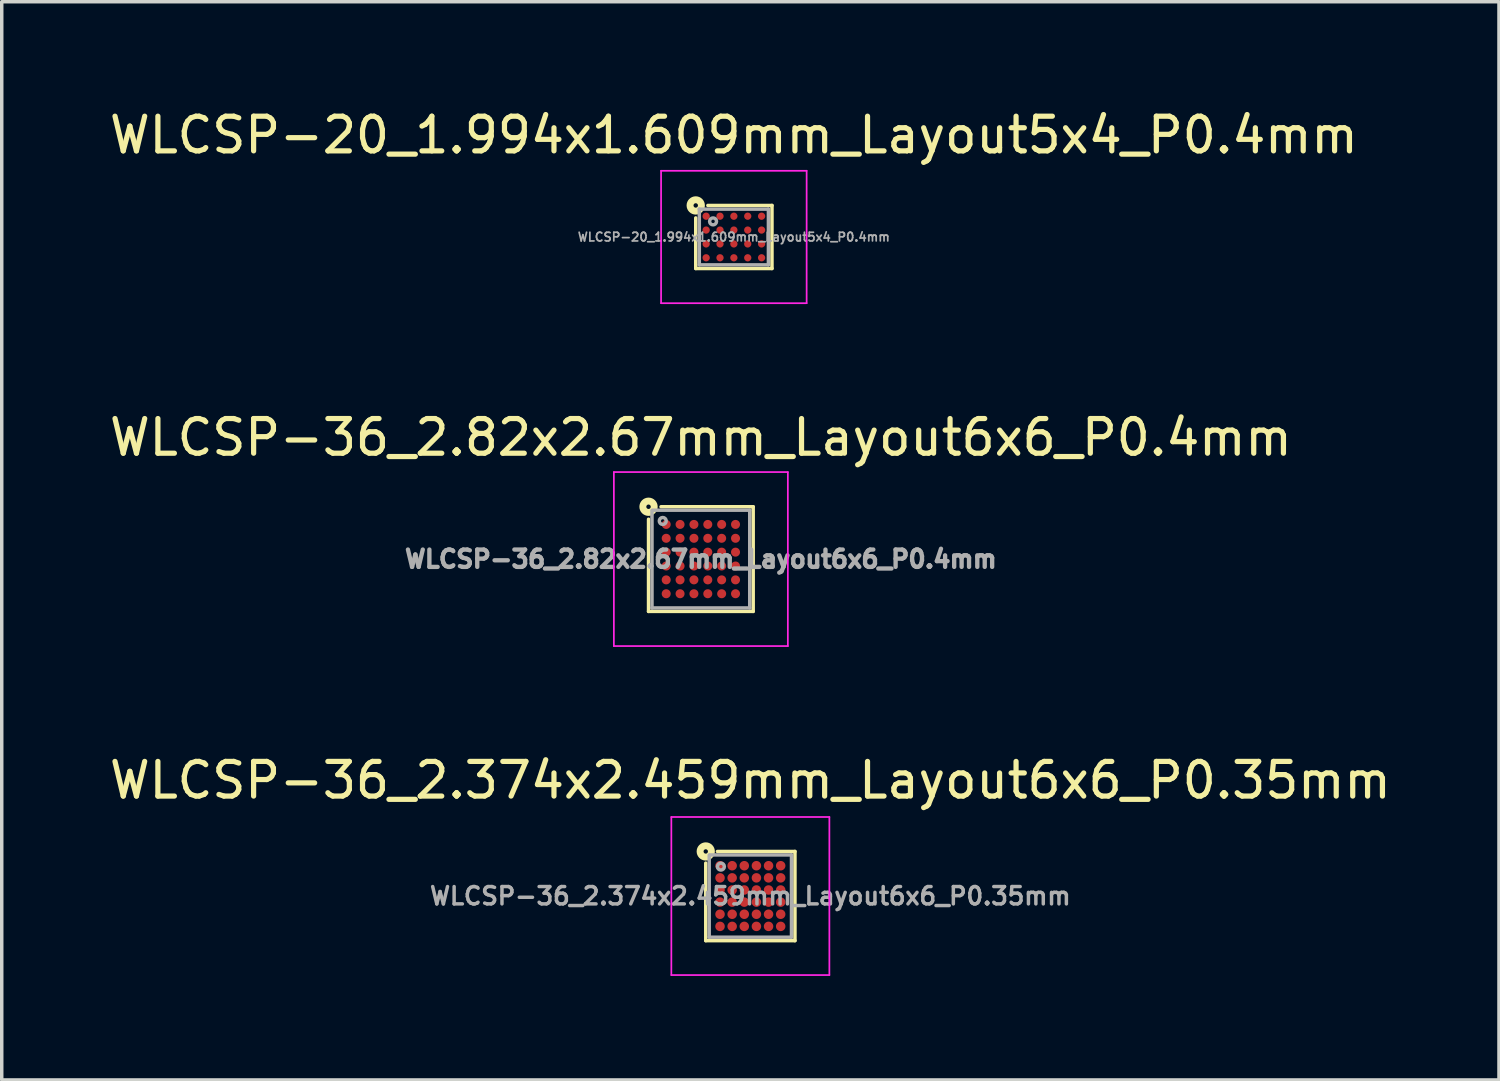
<source format=kicad_pcb>
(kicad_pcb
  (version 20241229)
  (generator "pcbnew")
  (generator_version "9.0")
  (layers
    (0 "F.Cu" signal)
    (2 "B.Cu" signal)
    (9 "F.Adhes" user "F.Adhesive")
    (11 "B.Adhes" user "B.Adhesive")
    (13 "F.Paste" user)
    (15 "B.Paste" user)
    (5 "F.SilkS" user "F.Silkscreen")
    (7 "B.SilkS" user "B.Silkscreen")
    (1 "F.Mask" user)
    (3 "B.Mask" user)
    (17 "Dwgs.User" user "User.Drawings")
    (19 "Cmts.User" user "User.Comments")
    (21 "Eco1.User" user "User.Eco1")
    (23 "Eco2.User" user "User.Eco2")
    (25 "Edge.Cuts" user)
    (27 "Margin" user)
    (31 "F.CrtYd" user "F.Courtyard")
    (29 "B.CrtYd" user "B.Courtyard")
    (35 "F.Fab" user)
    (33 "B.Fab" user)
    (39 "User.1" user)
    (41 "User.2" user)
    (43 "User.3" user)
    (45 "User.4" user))
  (footprint "WLCSP-20_1.994x1.609mm_Layout5x4_P0.4mm"
    (layer "F.Cu")
    (at 18.125 3.788)
    (property "Reference" "WLCSP-20_1.994x1.609mm_Layout5x4_P0.4mm" (at 0 -2.94 0) (layer "F.SilkS") (effects (font (size 1 1) (thickness 0.15))))
    (attr smd)
    (fp_line (start -1.1 -0.55) (end -1.1 0.91) (stroke (width 0.1) (type solid)) (layer "F.SilkS"))
    (fp_line (start -1.1 0.91) (end 1.1 0.91) (stroke (width 0.1) (type solid)) (layer "F.SilkS"))
    (fp_line (start -0.75 -0.91) (end 1.1 -0.91) (stroke (width 0.1) (type solid)) (layer "F.SilkS"))
    (fp_line (start 1.1 -0.91) (end 1.1 0.91) (stroke (width 0.1) (type solid)) (layer "F.SilkS"))
    (fp_circle (center -1.1 -0.91) (end -1.036 -0.91) (stroke (width 0.2) (type solid)) (fill no) (layer "F.SilkS"))
    (fp_line (start -2.1 -1.91) (end -2.1 1.91) (stroke (width 0.05) (type solid)) (layer "F.CrtYd"))
    (fp_line (start -2.1 -1.91) (end 2.1 -1.91) (stroke (width 0.05) (type solid)) (layer "F.CrtYd"))
    (fp_line (start -2.1 1.91) (end 2.1 1.91) (stroke (width 0.05) (type solid)) (layer "F.CrtYd"))
    (fp_line (start 2.1 -1.91) (end 2.1 1.91) (stroke (width 0.05) (type solid)) (layer "F.CrtYd"))
    (fp_line (start -0.997 -0.804) (end 0.997 -0.804) (stroke (width 0.1) (type solid)) (layer "F.Fab"))
    (fp_line (start -0.997 0.804) (end -0.997 -0.804) (stroke (width 0.1) (type solid)) (layer "F.Fab"))
    (fp_line (start -0.997 0.804) (end 0.997 0.804) (stroke (width 0.1) (type solid)) (layer "F.Fab"))
    (fp_line (start 0.997 0.804) (end 0.997 -0.804) (stroke (width 0.1) (type solid)) (layer "F.Fab"))
    (fp_circle (center -0.6 -0.45) (end -0.5 -0.45) (stroke (width 0.1) (type solid)) (fill no) (layer "F.Fab"))
    (fp_text user "${REFERENCE}" (at 0 0 0) (layer "F.Fab") (effects (font (size 0.25 0.25) (thickness 0.05))))
    (pad "A1" smd circle (at -0.8 -0.6) (size 0.21 0.21) (layers "F.Cu" "F.Mask" "F.Paste"))
    (pad "A2" smd circle (at -0.4 -0.6) (size 0.21 0.21) (layers "F.Cu" "F.Mask" "F.Paste"))
    (pad "A3" smd circle (at 0 -0.6) (size 0.21 0.21) (layers "F.Cu" "F.Mask" "F.Paste"))
    (pad "A4" smd circle (at 0.4 -0.6) (size 0.21 0.21) (layers "F.Cu" "F.Mask" "F.Paste"))
    (pad "A5" smd circle (at 0.8 -0.6) (size 0.21 0.21) (layers "F.Cu" "F.Mask" "F.Paste"))
    (pad "B1" smd circle (at -0.8 -0.2) (size 0.21 0.21) (layers "F.Cu" "F.Mask" "F.Paste"))
    (pad "B2" smd circle (at -0.4 -0.2) (size 0.21 0.21) (layers "F.Cu" "F.Mask" "F.Paste"))
    (pad "B3" smd circle (at 0 -0.2) (size 0.21 0.21) (layers "F.Cu" "F.Mask" "F.Paste"))
    (pad "B4" smd circle (at 0.4 -0.2) (size 0.21 0.21) (layers "F.Cu" "F.Mask" "F.Paste"))
    (pad "B5" smd circle (at 0.8 -0.2) (size 0.21 0.21) (layers "F.Cu" "F.Mask" "F.Paste"))
    (pad "C1" smd circle (at -0.8 0.2) (size 0.21 0.21) (layers "F.Cu" "F.Mask" "F.Paste"))
    (pad "C2" smd circle (at -0.4 0.2) (size 0.21 0.21) (layers "F.Cu" "F.Mask" "F.Paste"))
    (pad "C3" smd circle (at 0 0.2) (size 0.21 0.21) (layers "F.Cu" "F.Mask" "F.Paste"))
    (pad "C4" smd circle (at 0.4 0.2) (size 0.21 0.21) (layers "F.Cu" "F.Mask" "F.Paste"))
    (pad "C5" smd circle (at 0.8 0.2) (size 0.21 0.21) (layers "F.Cu" "F.Mask" "F.Paste"))
    (pad "D1" smd circle (at -0.8 0.6) (size 0.21 0.21) (layers "F.Cu" "F.Mask" "F.Paste"))
    (pad "D2" smd circle (at -0.4 0.6) (size 0.21 0.21) (layers "F.Cu" "F.Mask" "F.Paste"))
    (pad "D3" smd circle (at 0 0.6) (size 0.21 0.21) (layers "F.Cu" "F.Mask" "F.Paste"))
    (pad "D4" smd circle (at 0.4 0.6) (size 0.21 0.21) (layers "F.Cu" "F.Mask" "F.Paste"))
    (pad "D5" smd circle (at 0.8 0.6) (size 0.21 0.21) (layers "F.Cu" "F.Mask" "F.Paste")))
  (footprint "WLCSP-36_2.82x2.67mm_Layout6x6_P0.4mm"
    (layer "F.Cu")
    (at 17.173 13.082)
    (property "Reference" "WLCSP-36_2.82x2.67mm_Layout6x6_P0.4mm" (at 0 -3.51 0) (layer "F.SilkS") (effects (font (size 1 1) (thickness 0.15))))
    (attr smd)
    (fp_line (start -1.51 1.51) (end -1.51 -1.15) (stroke (width 0.1) (type solid)) (layer "F.SilkS"))
    (fp_line (start -1.51 1.51) (end 1.51 1.51) (stroke (width 0.1) (type solid)) (layer "F.SilkS"))
    (fp_line (start -1.15 -1.51) (end 1.51 -1.51) (stroke (width 0.1) (type solid)) (layer "F.SilkS"))
    (fp_line (start 1.51 1.51) (end 1.51 -1.51) (stroke (width 0.1) (type solid)) (layer "F.SilkS"))
    (fp_circle (center -1.51 -1.51) (end -1.446 -1.51) (stroke (width 0.2) (type solid)) (fill no) (layer "F.SilkS"))
    (fp_line (start -2.51 -2.51) (end 2.51 -2.51) (stroke (width 0.05) (type solid)) (layer "F.CrtYd"))
    (fp_line (start -2.51 2.51) (end -2.51 -2.51) (stroke (width 0.05) (type solid)) (layer "F.CrtYd"))
    (fp_line (start -2.51 2.51) (end 2.51 2.51) (stroke (width 0.05) (type solid)) (layer "F.CrtYd"))
    (fp_line (start 2.51 2.51) (end 2.51 -2.51) (stroke (width 0.05) (type solid)) (layer "F.CrtYd"))
    (fp_line (start -1.41 1.41) (end -1.41 -1.4) (stroke (width 0.1) (type solid)) (layer "F.Fab"))
    (fp_line (start -1.41 1.41) (end 1.41 1.41) (stroke (width 0.1) (type solid)) (layer "F.Fab"))
    (fp_line (start -1.4 -1.41) (end 1.41 -1.41) (stroke (width 0.1) (type solid)) (layer "F.Fab"))
    (fp_line (start 1.41 1.41) (end 1.41 -1.41) (stroke (width 0.1) (type solid)) (layer "F.Fab"))
    (fp_circle (center -1.1 -1.1) (end -1 -1.1) (stroke (width 0.1) (type solid)) (fill no) (layer "F.Fab"))
    (fp_text user "${REFERENCE}" (at 0 0 0) (layer "F.Fab") (effects (font (size 0.5 0.5) (thickness 0.125))))
    (pad "A1" smd circle (at -1 -1) (size 0.26 0.26) (layers "F.Cu" "F.Mask" "F.Paste"))
    (pad "A2" smd circle (at -0.6 -1) (size 0.26 0.26) (layers "F.Cu" "F.Mask" "F.Paste"))
    (pad "A3" smd circle (at -0.2 -1) (size 0.26 0.26) (layers "F.Cu" "F.Mask" "F.Paste"))
    (pad "A4" smd circle (at 0.2 -1) (size 0.26 0.26) (layers "F.Cu" "F.Mask" "F.Paste"))
    (pad "A5" smd circle (at 0.6 -1) (size 0.26 0.26) (layers "F.Cu" "F.Mask" "F.Paste"))
    (pad "A6" smd circle (at 1 -1) (size 0.26 0.26) (layers "F.Cu" "F.Mask" "F.Paste"))
    (pad "B1" smd circle (at -1 -0.6) (size 0.26 0.26) (layers "F.Cu" "F.Mask" "F.Paste"))
    (pad "B2" smd circle (at -0.6 -0.6) (size 0.26 0.26) (layers "F.Cu" "F.Mask" "F.Paste"))
    (pad "B3" smd circle (at -0.2 -0.6) (size 0.26 0.26) (layers "F.Cu" "F.Mask" "F.Paste"))
    (pad "B4" smd circle (at 0.2 -0.6) (size 0.26 0.26) (layers "F.Cu" "F.Mask" "F.Paste"))
    (pad "B5" smd circle (at 0.6 -0.6) (size 0.26 0.26) (layers "F.Cu" "F.Mask" "F.Paste"))
    (pad "B6" smd circle (at 1 -0.6) (size 0.26 0.26) (layers "F.Cu" "F.Mask" "F.Paste"))
    (pad "C1" smd circle (at -1 -0.2) (size 0.26 0.26) (layers "F.Cu" "F.Mask" "F.Paste"))
    (pad "C2" smd circle (at -0.6 -0.2) (size 0.26 0.26) (layers "F.Cu" "F.Mask" "F.Paste"))
    (pad "C3" smd circle (at -0.2 -0.2) (size 0.26 0.26) (layers "F.Cu" "F.Mask" "F.Paste"))
    (pad "C4" smd circle (at 0.2 -0.2) (size 0.26 0.26) (layers "F.Cu" "F.Mask" "F.Paste"))
    (pad "C5" smd circle (at 0.6 -0.2) (size 0.26 0.26) (layers "F.Cu" "F.Mask" "F.Paste"))
    (pad "C6" smd circle (at 1 -0.2) (size 0.26 0.26) (layers "F.Cu" "F.Mask" "F.Paste"))
    (pad "D1" smd circle (at -1 0.2) (size 0.26 0.26) (layers "F.Cu" "F.Mask" "F.Paste"))
    (pad "D2" smd circle (at -0.6 0.2) (size 0.26 0.26) (layers "F.Cu" "F.Mask" "F.Paste"))
    (pad "D3" smd circle (at -0.2 0.2) (size 0.26 0.26) (layers "F.Cu" "F.Mask" "F.Paste"))
    (pad "D4" smd circle (at 0.2 0.2) (size 0.26 0.26) (layers "F.Cu" "F.Mask" "F.Paste"))
    (pad "D5" smd circle (at 0.6 0.2) (size 0.26 0.26) (layers "F.Cu" "F.Mask" "F.Paste"))
    (pad "D6" smd circle (at 1 0.2) (size 0.26 0.26) (layers "F.Cu" "F.Mask" "F.Paste"))
    (pad "E1" smd circle (at -1 0.6) (size 0.26 0.26) (layers "F.Cu" "F.Mask" "F.Paste"))
    (pad "E2" smd circle (at -0.6 0.6) (size 0.26 0.26) (layers "F.Cu" "F.Mask" "F.Paste"))
    (pad "E3" smd circle (at -0.2 0.6) (size 0.26 0.26) (layers "F.Cu" "F.Mask" "F.Paste"))
    (pad "E4" smd circle (at 0.2 0.6) (size 0.26 0.26) (layers "F.Cu" "F.Mask" "F.Paste"))
    (pad "E5" smd circle (at 0.6 0.6) (size 0.26 0.26) (layers "F.Cu" "F.Mask" "F.Paste"))
    (pad "E6" smd circle (at 1 0.6) (size 0.26 0.26) (layers "F.Cu" "F.Mask" "F.Paste"))
    (pad "F1" smd circle (at -1 1) (size 0.26 0.26) (layers "F.Cu" "F.Mask" "F.Paste"))
    (pad "F2" smd circle (at -0.6 1) (size 0.26 0.26) (layers "F.Cu" "F.Mask" "F.Paste"))
    (pad "F3" smd circle (at -0.2 1) (size 0.26 0.26) (layers "F.Cu" "F.Mask" "F.Paste"))
    (pad "F4" smd circle (at 0.2 1) (size 0.26 0.26) (layers "F.Cu" "F.Mask" "F.Paste"))
    (pad "F5" smd circle (at 0.6 1) (size 0.26 0.26) (layers "F.Cu" "F.Mask" "F.Paste"))
    (pad "F6" smd circle (at 1 1) (size 0.26 0.26) (layers "F.Cu" "F.Mask" "F.Paste")))
  (footprint "WLCSP-36_2.374x2.459mm_Layout6x6_P0.35mm"
    (layer "F.Cu")
    (at 18.601 22.805)
    (property "Reference" "WLCSP-36_2.374x2.459mm_Layout6x6_P0.35mm" (at 0 -3.34 0) (layer "F.SilkS") (effects (font (size 1 1) (thickness 0.15))))
    (attr smd)
    (fp_line (start -1.287 1.287) (end -1.287 -0.95) (stroke (width 0.1) (type solid)) (layer "F.SilkS"))
    (fp_line (start -1.287 1.287) (end 1.287 1.287) (stroke (width 0.1) (type solid)) (layer "F.SilkS"))
    (fp_line (start -0.95 -1.287) (end 1.287 -1.287) (stroke (width 0.1) (type solid)) (layer "F.SilkS"))
    (fp_line (start 1.287 1.287) (end 1.287 -1.287) (stroke (width 0.1) (type solid)) (layer "F.SilkS"))
    (fp_circle (center -1.287 -1.287) (end -1.224 -1.287) (stroke (width 0.2) (type solid)) (fill no) (layer "F.SilkS"))
    (fp_line (start -2.28 -2.28) (end 2.28 -2.28) (stroke (width 0.05) (type solid)) (layer "F.CrtYd"))
    (fp_line (start -2.28 2.28) (end -2.28 -2.28) (stroke (width 0.05) (type solid)) (layer "F.CrtYd"))
    (fp_line (start -2.28 2.28) (end 2.28 2.28) (stroke (width 0.05) (type solid)) (layer "F.CrtYd"))
    (fp_line (start 2.28 2.28) (end 2.28 -2.28) (stroke (width 0.05) (type solid)) (layer "F.CrtYd"))
    (fp_line (start -1.187 1.187) (end -1.187 -1.18) (stroke (width 0.1) (type solid)) (layer "F.Fab"))
    (fp_line (start -1.187 1.187) (end 1.187 1.187) (stroke (width 0.1) (type solid)) (layer "F.Fab"))
    (fp_line (start -1.17 -1.187) (end 1.187 -1.187) (stroke (width 0.1) (type solid)) (layer "F.Fab"))
    (fp_line (start 1.187 1.187) (end 1.187 -1.187) (stroke (width 0.1) (type solid)) (layer "F.Fab"))
    (fp_circle (center -0.85 -0.85) (end -0.75 -0.85) (stroke (width 0.1) (type solid)) (fill no) (layer "F.Fab"))
    (fp_text user "${REFERENCE}" (at 0 0 0) (layer "F.Fab") (effects (font (size 0.5 0.5) (thickness 0.1))))
    (pad "A1" smd circle (at -0.875 -0.875) (size 0.274 0.274) (layers "F.Cu" "F.Mask" "F.Paste"))
    (pad "A2" smd circle (at -0.525 -0.875) (size 0.274 0.274) (layers "F.Cu" "F.Mask" "F.Paste"))
    (pad "A3" smd circle (at -0.175 -0.875) (size 0.274 0.274) (layers "F.Cu" "F.Mask" "F.Paste"))
    (pad "A4" smd circle (at 0.175 -0.875) (size 0.274 0.274) (layers "F.Cu" "F.Mask" "F.Paste"))
    (pad "A5" smd circle (at 0.525 -0.875) (size 0.274 0.274) (layers "F.Cu" "F.Mask" "F.Paste"))
    (pad "A6" smd circle (at 0.875 -0.875) (size 0.274 0.274) (layers "F.Cu" "F.Mask" "F.Paste"))
    (pad "B1" smd circle (at -0.875 -0.525) (size 0.274 0.274) (layers "F.Cu" "F.Mask" "F.Paste"))
    (pad "B2" smd circle (at -0.525 -0.525) (size 0.274 0.274) (layers "F.Cu" "F.Mask" "F.Paste"))
    (pad "B3" smd circle (at -0.175 -0.525) (size 0.274 0.274) (layers "F.Cu" "F.Mask" "F.Paste"))
    (pad "B4" smd circle (at 0.175 -0.525) (size 0.274 0.274) (layers "F.Cu" "F.Mask" "F.Paste"))
    (pad "B5" smd circle (at 0.525 -0.525) (size 0.274 0.274) (layers "F.Cu" "F.Mask" "F.Paste"))
    (pad "B6" smd circle (at 0.875 -0.525) (size 0.274 0.274) (layers "F.Cu" "F.Mask" "F.Paste"))
    (pad "C1" smd circle (at -0.875 -0.175) (size 0.274 0.274) (layers "F.Cu" "F.Mask" "F.Paste"))
    (pad "C2" smd circle (at -0.525 -0.175) (size 0.274 0.274) (layers "F.Cu" "F.Mask" "F.Paste"))
    (pad "C3" smd circle (at -0.175 -0.175) (size 0.274 0.274) (layers "F.Cu" "F.Mask" "F.Paste"))
    (pad "C4" smd circle (at 0.175 -0.175) (size 0.274 0.274) (layers "F.Cu" "F.Mask" "F.Paste"))
    (pad "C5" smd circle (at 0.525 -0.175) (size 0.274 0.274) (layers "F.Cu" "F.Mask" "F.Paste"))
    (pad "C6" smd circle (at 0.875 -0.175) (size 0.274 0.274) (layers "F.Cu" "F.Mask" "F.Paste"))
    (pad "D1" smd circle (at -0.875 0.175) (size 0.274 0.274) (layers "F.Cu" "F.Mask" "F.Paste"))
    (pad "D2" smd circle (at -0.525 0.175) (size 0.274 0.274) (layers "F.Cu" "F.Mask" "F.Paste"))
    (pad "D3" smd circle (at -0.175 0.175) (size 0.274 0.274) (layers "F.Cu" "F.Mask" "F.Paste"))
    (pad "D4" smd circle (at 0.175 0.175) (size 0.274 0.274) (layers "F.Cu" "F.Mask" "F.Paste"))
    (pad "D5" smd circle (at 0.525 0.175) (size 0.274 0.274) (layers "F.Cu" "F.Mask" "F.Paste"))
    (pad "D6" smd circle (at 0.875 0.175) (size 0.274 0.274) (layers "F.Cu" "F.Mask" "F.Paste"))
    (pad "E1" smd circle (at -0.875 0.525) (size 0.274 0.274) (layers "F.Cu" "F.Mask" "F.Paste"))
    (pad "E2" smd circle (at -0.525 0.525) (size 0.274 0.274) (layers "F.Cu" "F.Mask" "F.Paste"))
    (pad "E3" smd circle (at -0.175 0.525) (size 0.274 0.274) (layers "F.Cu" "F.Mask" "F.Paste"))
    (pad "E4" smd circle (at 0.175 0.525) (size 0.274 0.274) (layers "F.Cu" "F.Mask" "F.Paste"))
    (pad "E5" smd circle (at 0.525 0.525) (size 0.274 0.274) (layers "F.Cu" "F.Mask" "F.Paste"))
    (pad "E6" smd circle (at 0.875 0.525) (size 0.274 0.274) (layers "F.Cu" "F.Mask" "F.Paste"))
    (pad "F1" smd circle (at -0.875 0.875) (size 0.274 0.274) (layers "F.Cu" "F.Mask" "F.Paste"))
    (pad "F2" smd circle (at -0.525 0.875) (size 0.274 0.274) (layers "F.Cu" "F.Mask" "F.Paste"))
    (pad "F3" smd circle (at -0.175 0.875) (size 0.274 0.274) (layers "F.Cu" "F.Mask" "F.Paste"))
    (pad "F4" smd circle (at 0.175 0.875) (size 0.274 0.274) (layers "F.Cu" "F.Mask" "F.Paste"))
    (pad "F5" smd circle (at 0.525 0.875) (size 0.274 0.274) (layers "F.Cu" "F.Mask" "F.Paste"))
    (pad "F6" smd circle (at 0.875 0.875) (size 0.274 0.274) (layers "F.Cu" "F.Mask" "F.Paste")))
  (gr_rect
    (start -3 -3)
    (end 40.202 28.11)
    (stroke (width 0.1) (type default))
    (fill no)
    (layer "Edge.Cuts")))
</source>
